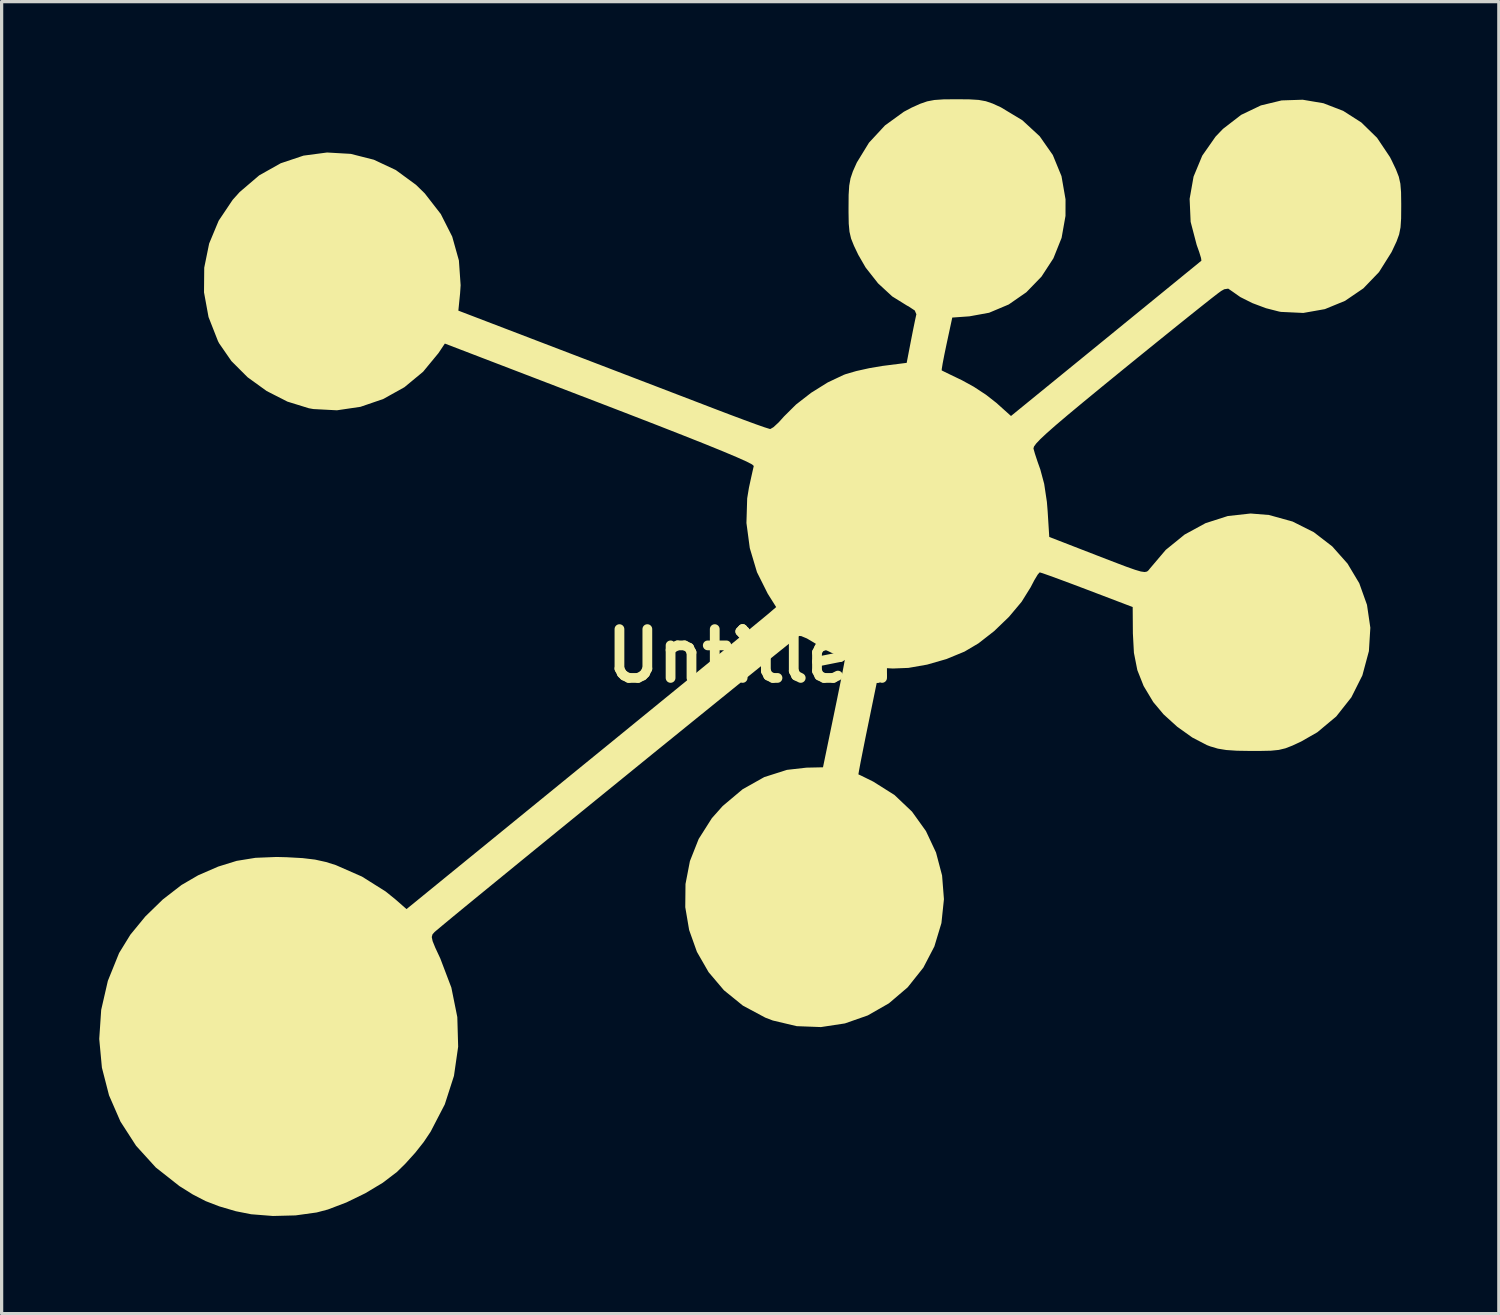
<source format=kicad_pcb>
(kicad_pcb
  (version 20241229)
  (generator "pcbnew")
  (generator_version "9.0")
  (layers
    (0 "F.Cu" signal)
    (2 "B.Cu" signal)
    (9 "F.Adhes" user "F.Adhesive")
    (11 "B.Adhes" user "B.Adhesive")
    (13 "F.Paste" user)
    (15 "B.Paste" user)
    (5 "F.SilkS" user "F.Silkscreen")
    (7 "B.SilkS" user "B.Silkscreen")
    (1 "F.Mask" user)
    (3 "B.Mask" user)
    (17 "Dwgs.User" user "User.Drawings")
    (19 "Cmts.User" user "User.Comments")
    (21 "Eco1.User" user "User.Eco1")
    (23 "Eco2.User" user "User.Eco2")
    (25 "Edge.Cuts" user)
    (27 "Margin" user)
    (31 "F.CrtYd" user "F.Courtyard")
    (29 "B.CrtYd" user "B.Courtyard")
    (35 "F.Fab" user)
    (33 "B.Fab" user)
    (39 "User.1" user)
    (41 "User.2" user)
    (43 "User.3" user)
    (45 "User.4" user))
  (footprint "Untitled"
    (layer "F.Cu")
    (at 20.024 17.107)
    (property "Reference" "Untitled" (at 0 0 0) (layer "F.SilkS") (effects (font (size 1.5 1.5) (thickness 0.3))))
    (attr board_only exclude_from_pos_files exclude_from_bom)
    (fp_poly (pts (xy 6.722 -17.103) (xy 7.004 -17.086) (xy 7.225 -17.046) (xy 7.435 -16.974) (xy 7.684 -16.86) (xy 7.692 -16.856) (xy 8.347 -16.461) (xy 8.88 -15.969) (xy 9.283 -15.393) (xy 9.55 -14.743) (xy 9.674 -14.031) (xy 9.673 -13.521) (xy 9.553 -12.846) (xy 9.301 -12.217) (xy 8.934 -11.654) (xy 8.47 -11.175) (xy 7.928 -10.799) (xy 7.325 -10.545) (xy 6.722 -10.435) (xy 6.193 -10.397) (xy 6.02 -9.593) (xy 5.95 -9.257) (xy 5.898 -8.988) (xy 5.87 -8.816) (xy 5.868 -8.773) (xy 5.945 -8.734) (xy 6.132 -8.643) (xy 6.392 -8.518) (xy 6.49 -8.471) (xy 6.854 -8.271) (xy 7.232 -8.023) (xy 7.542 -7.78) (xy 7.545 -7.778) (xy 7.998 -7.372) (xy 10.91 -9.746) (xy 11.499 -10.227) (xy 12.05 -10.676) (xy 12.549 -11.083) (xy 12.985 -11.439) (xy 13.345 -11.733) (xy 13.618 -11.955) (xy 13.79 -12.096) (xy 13.85 -12.145) (xy 13.839 -12.226) (xy 13.782 -12.413) (xy 13.705 -12.629) (xy 13.519 -13.34) (xy 13.488 -14.045) (xy 13.609 -14.729) (xy 13.876 -15.373) (xy 14.286 -15.959) (xy 14.512 -16.195) (xy 15.07 -16.626) (xy 15.678 -16.917) (xy 16.316 -17.071) (xy 16.963 -17.092) (xy 17.601 -16.984) (xy 18.207 -16.75) (xy 18.763 -16.395) (xy 19.248 -15.922) (xy 19.642 -15.334) (xy 19.69 -15.242) (xy 19.828 -14.953) (xy 19.916 -14.727) (xy 19.965 -14.511) (xy 19.986 -14.252) (xy 19.991 -13.895) (xy 19.991 -13.822) (xy 19.988 -13.443) (xy 19.97 -13.171) (xy 19.927 -12.952) (xy 19.846 -12.732) (xy 19.717 -12.457) (xy 19.69 -12.402) (xy 19.308 -11.794) (xy 18.827 -11.294) (xy 18.265 -10.911) (xy 17.644 -10.656) (xy 16.982 -10.539) (xy 16.299 -10.571) (xy 16.24 -10.581) (xy 15.833 -10.685) (xy 15.415 -10.842) (xy 15.046 -11.027) (xy 14.798 -11.201) (xy 14.674 -11.286) (xy 14.552 -11.267) (xy 14.459 -11.215) (xy 14.358 -11.141) (xy 14.146 -10.977) (xy 13.837 -10.732) (xy 13.445 -10.419) (xy 12.983 -10.048) (xy 12.464 -9.629) (xy 11.902 -9.174) (xy 11.459 -8.814) (xy 10.773 -8.254) (xy 10.204 -7.786) (xy 9.741 -7.401) (xy 9.376 -7.091) (xy 9.099 -6.847) (xy 8.901 -6.662) (xy 8.773 -6.527) (xy 8.705 -6.434) (xy 8.688 -6.374) (xy 8.689 -6.37) (xy 8.734 -6.211) (xy 8.816 -5.962) (xy 8.899 -5.729) (xy 9.018 -5.286) (xy 9.101 -4.732) (xy 9.124 -4.451) (xy 9.174 -3.654) (xy 10.657 -3.079) (xy 11.162 -2.884) (xy 11.539 -2.741) (xy 11.808 -2.646) (xy 11.99 -2.592) (xy 12.107 -2.576) (xy 12.179 -2.591) (xy 12.227 -2.632) (xy 12.259 -2.674) (xy 12.754 -3.257) (xy 13.334 -3.728) (xy 13.977 -4.078) (xy 14.66 -4.297) (xy 15.362 -4.375) (xy 15.928 -4.329) (xy 16.652 -4.128) (xy 17.304 -3.801) (xy 17.871 -3.364) (xy 18.341 -2.835) (xy 18.702 -2.231) (xy 18.939 -1.568) (xy 19.042 -0.864) (xy 18.998 -0.146) (xy 18.797 0.601) (xy 18.458 1.276) (xy 17.993 1.864) (xy 17.412 2.349) (xy 16.916 2.633) (xy 16.645 2.759) (xy 16.431 2.842) (xy 16.227 2.891) (xy 15.987 2.915) (xy 15.664 2.922) (xy 15.384 2.923) (xy 14.942 2.916) (xy 14.614 2.894) (xy 14.357 2.852) (xy 14.124 2.783) (xy 14.019 2.743) (xy 13.571 2.51) (xy 13.109 2.181) (xy 12.688 1.799) (xy 12.371 1.421) (xy 12.074 0.926) (xy 11.881 0.439) (xy 11.776 -0.093) (xy 11.744 -0.69) (xy 11.738 -1.5) (xy 10.336 -2.034) (xy 9.892 -2.202) (xy 9.5 -2.348) (xy 9.185 -2.463) (xy 8.97 -2.539) (xy 8.88 -2.566) (xy 8.88 -2.566) (xy 8.82 -2.499) (xy 8.715 -2.325) (xy 8.6 -2.105) (xy 8.323 -1.66) (xy 7.936 -1.199) (xy 7.481 -0.761) (xy 6.999 -0.385) (xy 6.57 -0.131) (xy 6.015 0.098) (xy 5.422 0.269) (xy 4.847 0.37) (xy 4.368 0.389) (xy 3.966 0.367) (xy 3.63 2.004) (xy 3.53 2.491) (xy 3.444 2.922) (xy 3.375 3.271) (xy 3.329 3.517) (xy 3.309 3.635) (xy 3.309 3.643) (xy 3.383 3.677) (xy 3.56 3.764) (xy 3.766 3.866) (xy 4.415 4.275) (xy 4.956 4.788) (xy 5.384 5.385) (xy 5.694 6.045) (xy 5.88 6.75) (xy 5.937 7.479) (xy 5.86 8.212) (xy 5.643 8.931) (xy 5.304 9.582) (xy 4.823 10.187) (xy 4.246 10.679) (xy 3.596 11.051) (xy 2.893 11.297) (xy 2.157 11.409) (xy 1.412 11.381) (xy 0.677 11.207) (xy 0.447 11.119) (xy -0.242 10.75) (xy -0.825 10.277) (xy -1.297 9.72) (xy -1.655 9.097) (xy -1.894 8.426) (xy -2.013 7.725) (xy -2.006 7.013) (xy -1.87 6.308) (xy -1.601 5.628) (xy -1.197 4.991) (xy -0.862 4.614) (xy -0.249 4.099) (xy 0.413 3.727) (xy 1.112 3.504) (xy 1.711 3.436) (xy 2.22 3.425) (xy 2.553 1.813) (xy 2.654 1.324) (xy 2.742 0.89) (xy 2.813 0.533) (xy 2.862 0.278) (xy 2.885 0.151) (xy 2.885 0.141) (xy 2.818 0.076) (xy 2.653 -0.014) (xy 2.598 -0.037) (xy 2.359 -0.155) (xy 2.077 -0.319) (xy 1.946 -0.404) (xy 1.727 -0.534) (xy 1.551 -0.607) (xy 1.483 -0.612) (xy 1.41 -0.558) (xy 1.224 -0.412) (xy 0.936 -0.181) (xy 0.556 0.124) (xy 0.094 0.495) (xy -0.437 0.924) (xy -1.027 1.402) (xy -1.666 1.919) (xy -2.343 2.468) (xy -3.047 3.038) (xy -3.766 3.623) (xy -4.491 4.212) (xy -5.211 4.797) (xy -5.914 5.369) (xy -6.59 5.92) (xy -7.228 6.441) (xy -7.817 6.922) (xy -8.347 7.355) (xy -8.807 7.732) (xy -9.185 8.043) (xy -9.471 8.28) (xy -9.655 8.434) (xy -9.719 8.489) (xy -9.782 8.56) (xy -9.804 8.642) (xy -9.778 8.768) (xy -9.696 8.97) (xy -9.551 9.281) (xy -9.542 9.3) (xy -9.202 10.195) (xy -9.019 11.103) (xy -8.993 12.012) (xy -9.122 12.909) (xy -9.404 13.785) (xy -9.84 14.626) (xy -10.053 14.944) (xy -10.311 15.27) (xy -10.622 15.614) (xy -10.876 15.863) (xy -11.311 16.195) (xy -11.848 16.517) (xy -12.43 16.8) (xy -12.997 17.016) (xy -13.341 17.107) (xy -13.991 17.197) (xy -14.685 17.215) (xy -15.355 17.162) (xy -15.825 17.069) (xy -16.335 16.919) (xy -16.753 16.758) (xy -17.148 16.554) (xy -17.56 16.296) (xy -18.286 15.724) (xy -18.891 15.058) (xy -19.372 14.313) (xy -19.723 13.507) (xy -19.942 12.656) (xy -20.024 11.774) (xy -19.964 10.88) (xy -19.759 9.988) (xy -19.414 9.134) (xy -19.068 8.571) (xy -18.607 8.009) (xy -18.069 7.486) (xy -17.495 7.042) (xy -16.985 6.745) (xy -16.369 6.477) (xy -15.801 6.301) (xy -15.222 6.207) (xy -14.575 6.181) (xy -14.262 6.189) (xy -13.774 6.216) (xy -13.39 6.262) (xy -13.055 6.336) (xy -12.753 6.431) (xy -11.949 6.784) (xy -11.224 7.24) (xy -10.93 7.477) (xy -10.58 7.783) (xy -5.15 3.356) (xy -4.333 2.691) (xy -3.549 2.051) (xy -2.805 1.444) (xy -2.111 0.878) (xy -1.478 0.36) (xy -0.914 -0.101) (xy -0.429 -0.497) (xy -0.031 -0.822) (xy 0.268 -1.068) (xy 0.46 -1.226) (xy 0.531 -1.285) (xy 0.781 -1.499) (xy 0.523 -1.908) (xy 0.191 -2.571) (xy -0.03 -3.312) (xy -0.133 -4.084) (xy -0.11 -4.841) (xy -0.056 -5.168) (xy 0.008 -5.462) (xy 0.061 -5.7) (xy 0.092 -5.834) (xy 0.093 -5.836) (xy 0.041 -5.883) (xy -0.128 -5.971) (xy -0.421 -6.102) (xy -0.84 -6.279) (xy -1.39 -6.503) (xy -2.075 -6.775) (xy -2.899 -7.098) (xy -3.867 -7.473) (xy -4.641 -7.771) (xy -9.402 -9.598) (xy -9.597 -9.306) (xy -10.071 -8.731) (xy -10.645 -8.256) (xy -11.295 -7.894) (xy -11.995 -7.654) (xy -12.719 -7.547) (xy -13.442 -7.585) (xy -13.582 -7.61) (xy -14.241 -7.814) (xy -14.88 -8.14) (xy -15.465 -8.563) (xy -15.962 -9.06) (xy -16.339 -9.605) (xy -16.375 -9.674) (xy -16.665 -10.413) (xy -16.804 -11.172) (xy -16.797 -11.931) (xy -16.646 -12.672) (xy -16.354 -13.373) (xy -15.924 -14.014) (xy -15.707 -14.256) (xy -15.108 -14.767) (xy -14.447 -15.139) (xy -13.746 -15.374) (xy -13.022 -15.47) (xy -12.295 -15.428) (xy -11.584 -15.248) (xy -10.909 -14.931) (xy -10.288 -14.476) (xy -10.019 -14.213) (xy -9.527 -13.579) (xy -9.176 -12.886) (xy -8.97 -12.151) (xy -8.917 -11.39) (xy -8.934 -11.138) (xy -8.987 -10.61) (xy -5.876 -9.419) (xy -5.126 -9.132) (xy -4.353 -8.836) (xy -3.586 -8.542) (xy -2.853 -8.261) (xy -2.183 -8.004) (xy -1.604 -7.782) (xy -1.146 -7.606) (xy -1.13 -7.6) (xy -0.647 -7.416) (xy -0.212 -7.253) (xy 0.153 -7.119) (xy 0.423 -7.024) (xy 0.577 -6.976) (xy 0.6 -6.971) (xy 0.698 -7.028) (xy 0.859 -7.177) (xy 1.023 -7.359) (xy 1.392 -7.725) (xy 1.858 -8.087) (xy 2.365 -8.403) (xy 2.855 -8.635) (xy 2.925 -8.661) (xy 3.243 -8.753) (xy 3.643 -8.842) (xy 4.044 -8.91) (xy 4.099 -8.917) (xy 4.792 -9.005) (xy 4.924 -9.69) (xy 4.988 -10.016) (xy 5.044 -10.289) (xy 5.082 -10.465) (xy 5.09 -10.497) (xy 5.041 -10.614) (xy 4.844 -10.744) (xy 4.803 -10.764) (xy 4.349 -11.046) (xy 3.912 -11.449) (xy 3.53 -11.935) (xy 3.306 -12.323) (xy 3.171 -12.605) (xy 3.083 -12.825) (xy 3.034 -13.035) (xy 3.011 -13.285) (xy 3.005 -13.626) (xy 3.005 -13.778) (xy 3.008 -14.17) (xy 3.026 -14.453) (xy 3.066 -14.676) (xy 3.138 -14.89) (xy 3.252 -15.145) (xy 3.262 -15.166) (xy 3.633 -15.771) (xy 4.125 -16.302) (xy 4.706 -16.723) (xy 4.946 -16.85) (xy 5.206 -16.967) (xy 5.422 -17.042) (xy 5.643 -17.084) (xy 5.921 -17.103) (xy 6.307 -17.107) (xy 6.33 -17.107)) (stroke (width 0) (type solid)) (fill yes) (layer "F.SilkS")))
  (gr_rect
    (start -3 -3)
    (end 43.015 37.322)
    (stroke (width 0.1) (type default))
    (fill no)
    (layer "Edge.Cuts")))
</source>
